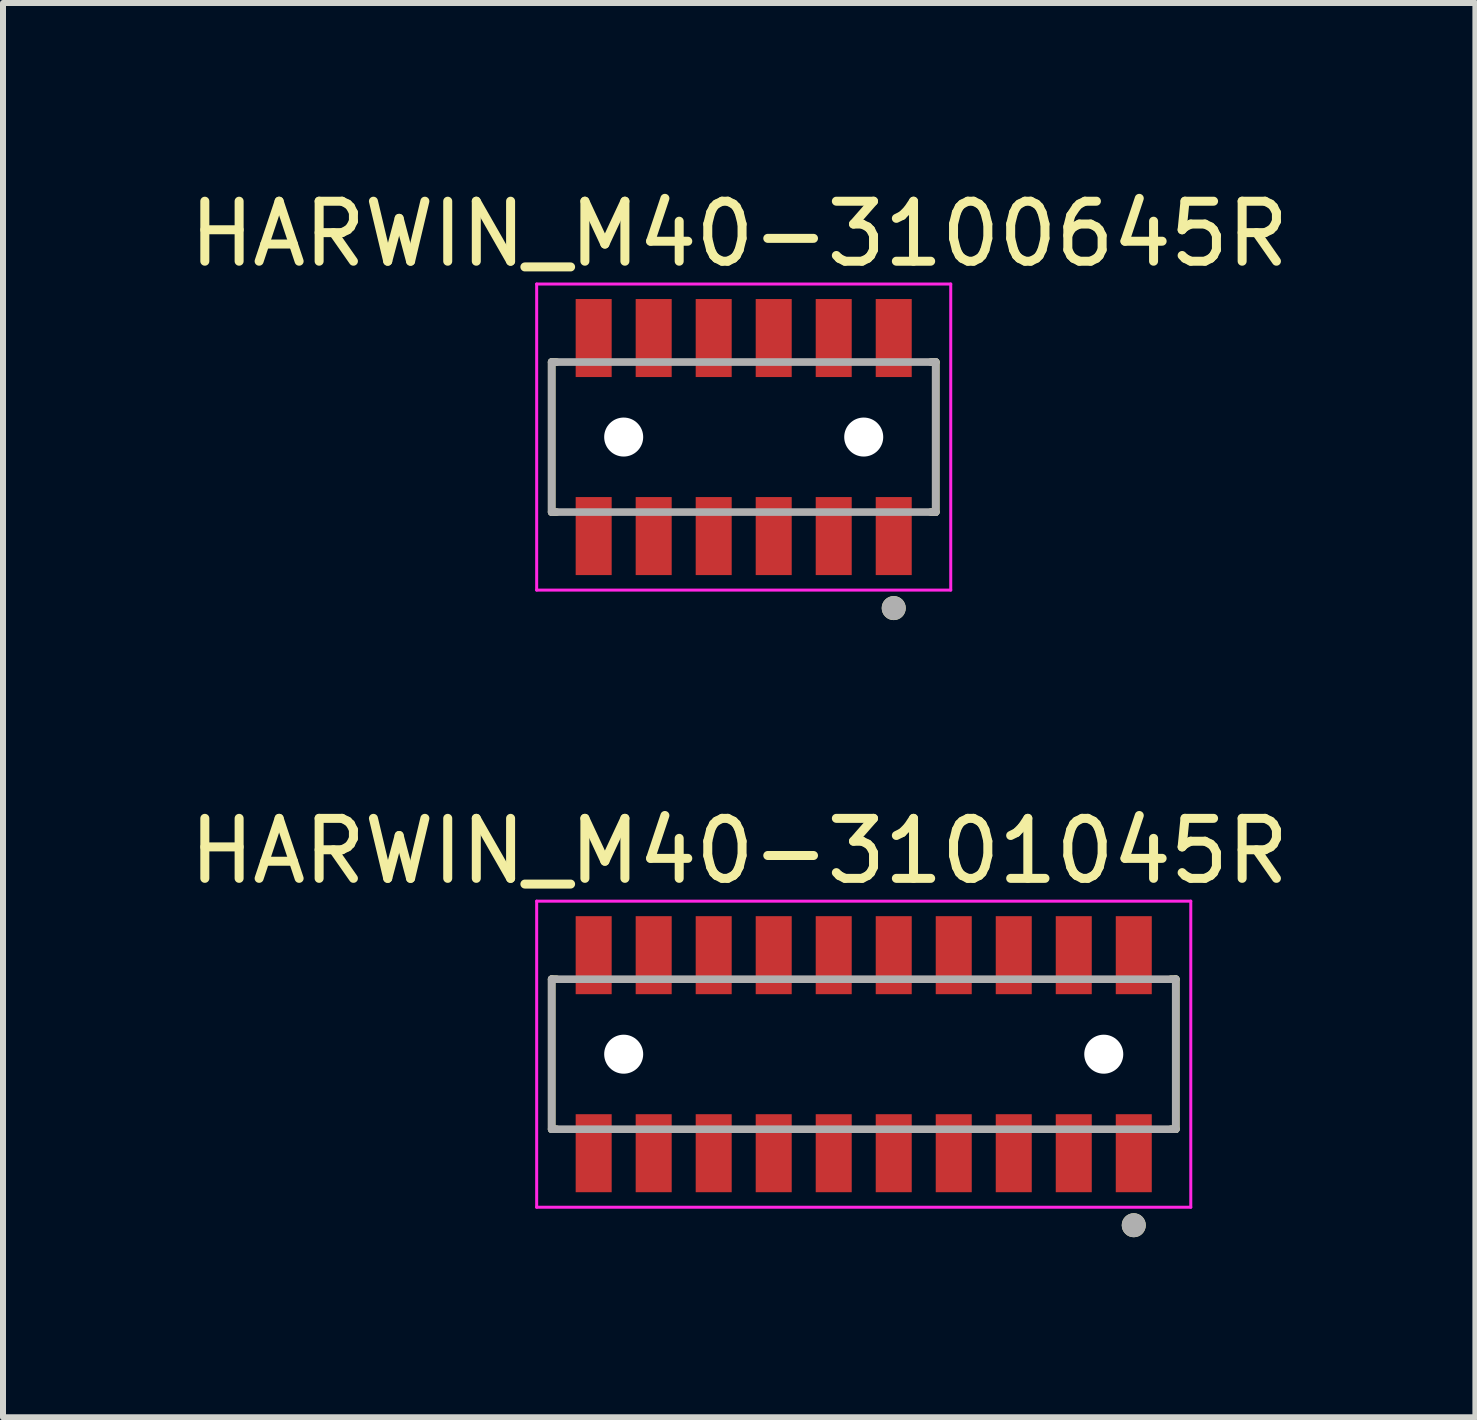
<source format=kicad_pcb>
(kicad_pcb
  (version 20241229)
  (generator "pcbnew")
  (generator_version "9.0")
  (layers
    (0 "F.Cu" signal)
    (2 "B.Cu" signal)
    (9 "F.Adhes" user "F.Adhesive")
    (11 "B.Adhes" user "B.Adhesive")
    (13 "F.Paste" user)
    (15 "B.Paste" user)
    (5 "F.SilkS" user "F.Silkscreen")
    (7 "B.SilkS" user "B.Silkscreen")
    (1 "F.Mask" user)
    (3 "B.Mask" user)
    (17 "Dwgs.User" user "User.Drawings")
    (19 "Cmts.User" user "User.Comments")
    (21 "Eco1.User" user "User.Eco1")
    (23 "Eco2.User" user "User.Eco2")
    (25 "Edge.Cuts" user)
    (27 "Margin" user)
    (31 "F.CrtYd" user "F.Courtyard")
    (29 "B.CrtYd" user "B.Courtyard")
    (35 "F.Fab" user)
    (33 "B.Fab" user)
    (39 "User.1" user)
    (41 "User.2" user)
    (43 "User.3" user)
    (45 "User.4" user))
  (footprint "HARWIN_M40-3100645R"
    (layer "F.Cu")
    (at 9.343 4.233)
    (property "Reference" "HARWIN_M40-3100645R" (at -0.075 -3.385 0) (layer "F.SilkS") (effects (font (size 1 1) (thickness 0.15))))
    (attr smd)
    (fp_line (start -3.2 -1.25) (end -3.12 -1.25) (stroke (width 0.127) (type solid)) (layer "F.SilkS"))
    (fp_line (start -3.2 1.25) (end -3.2 -1.25) (stroke (width 0.127) (type solid)) (layer "F.SilkS"))
    (fp_line (start -3.12 1.25) (end -3.2 1.25) (stroke (width 0.127) (type solid)) (layer "F.SilkS"))
    (fp_line (start 3.12 -1.25) (end 3.2 -1.25) (stroke (width 0.127) (type solid)) (layer "F.SilkS"))
    (fp_line (start 3.2 -1.25) (end 3.2 1.25) (stroke (width 0.127) (type solid)) (layer "F.SilkS"))
    (fp_line (start 3.2 1.25) (end 3.12 1.25) (stroke (width 0.127) (type solid)) (layer "F.SilkS"))
    (fp_circle (center 2.5 2.85) (end 2.6 2.85) (stroke (width 0.2) (type solid)) (fill no) (layer "F.SilkS"))
    (fp_line (start -3.45 -2.55) (end 3.45 -2.55) (stroke (width 0.05) (type solid)) (layer "F.CrtYd"))
    (fp_line (start -3.45 2.55) (end -3.45 -2.55) (stroke (width 0.05) (type solid)) (layer "F.CrtYd"))
    (fp_line (start 3.45 -2.55) (end 3.45 2.55) (stroke (width 0.05) (type solid)) (layer "F.CrtYd"))
    (fp_line (start 3.45 2.55) (end -3.45 2.55) (stroke (width 0.05) (type solid)) (layer "F.CrtYd"))
    (fp_line (start -3.2 -1.25) (end 3.2 -1.25) (stroke (width 0.127) (type solid)) (layer "F.Fab"))
    (fp_line (start -3.2 1.25) (end -3.2 -1.25) (stroke (width 0.127) (type solid)) (layer "F.Fab"))
    (fp_line (start 3.2 -1.25) (end 3.2 1.25) (stroke (width 0.127) (type solid)) (layer "F.Fab"))
    (fp_line (start 3.2 1.25) (end -3.2 1.25) (stroke (width 0.127) (type solid)) (layer "F.Fab"))
    (fp_circle (center 2.5 2.85) (end 2.6 2.85) (stroke (width 0.2) (type solid)) (fill no) (layer "F.Fab"))
    (pad "" np_thru_hole circle (at -2 0) (size 0.65 0.65) (drill 0.65) (layers "*.Cu" "*.Mask"))
    (pad "" np_thru_hole circle (at 2 0) (size 0.65 0.65) (drill 0.65) (layers "*.Cu" "*.Mask"))
    (pad "1" smd rect (at 2.5 1.65) (size 0.6 1.3) (layers "F.Cu" "F.Mask" "F.Paste"))
    (pad "2" smd rect (at 2.5 -1.65) (size 0.6 1.3) (layers "F.Cu" "F.Mask" "F.Paste"))
    (pad "3" smd rect (at 1.5 1.65) (size 0.6 1.3) (layers "F.Cu" "F.Mask" "F.Paste"))
    (pad "4" smd rect (at 1.5 -1.65) (size 0.6 1.3) (layers "F.Cu" "F.Mask" "F.Paste"))
    (pad "5" smd rect (at 0.5 1.65) (size 0.6 1.3) (layers "F.Cu" "F.Mask" "F.Paste"))
    (pad "6" smd rect (at 0.5 -1.65) (size 0.6 1.3) (layers "F.Cu" "F.Mask" "F.Paste"))
    (pad "7" smd rect (at -0.5 1.65) (size 0.6 1.3) (layers "F.Cu" "F.Mask" "F.Paste"))
    (pad "8" smd rect (at -0.5 -1.65) (size 0.6 1.3) (layers "F.Cu" "F.Mask" "F.Paste"))
    (pad "9" smd rect (at -1.5 1.65) (size 0.6 1.3) (layers "F.Cu" "F.Mask" "F.Paste"))
    (pad "10" smd rect (at -1.5 -1.65) (size 0.6 1.3) (layers "F.Cu" "F.Mask" "F.Paste"))
    (pad "11" smd rect (at -2.5 1.65) (size 0.6 1.3) (layers "F.Cu" "F.Mask" "F.Paste"))
    (pad "12" smd rect (at -2.5 -1.65) (size 0.6 1.3) (layers "F.Cu" "F.Mask" "F.Paste")))
  (footprint "HARWIN_M40-3101045R"
    (layer "F.Cu")
    (at 11.343 14.517)
    (property "Reference" "HARWIN_M40-3101045R" (at -2.075 -3.385 0) (layer "F.SilkS") (effects (font (size 1 1) (thickness 0.15))))
    (attr smd)
    (fp_line (start -5.2 -1.25) (end -5.12 -1.25) (stroke (width 0.127) (type solid)) (layer "F.SilkS"))
    (fp_line (start -5.2 1.25) (end -5.2 -1.25) (stroke (width 0.127) (type solid)) (layer "F.SilkS"))
    (fp_line (start -5.12 1.25) (end -5.2 1.25) (stroke (width 0.127) (type solid)) (layer "F.SilkS"))
    (fp_line (start 5.12 -1.25) (end 5.2 -1.25) (stroke (width 0.127) (type solid)) (layer "F.SilkS"))
    (fp_line (start 5.2 -1.25) (end 5.2 1.25) (stroke (width 0.127) (type solid)) (layer "F.SilkS"))
    (fp_line (start 5.2 1.25) (end 5.12 1.25) (stroke (width 0.127) (type solid)) (layer "F.SilkS"))
    (fp_circle (center 4.5 2.85) (end 4.6 2.85) (stroke (width 0.2) (type solid)) (fill no) (layer "F.SilkS"))
    (fp_line (start -5.45 -2.55) (end 5.45 -2.55) (stroke (width 0.05) (type solid)) (layer "F.CrtYd"))
    (fp_line (start -5.45 2.55) (end -5.45 -2.55) (stroke (width 0.05) (type solid)) (layer "F.CrtYd"))
    (fp_line (start 5.45 -2.55) (end 5.45 2.55) (stroke (width 0.05) (type solid)) (layer "F.CrtYd"))
    (fp_line (start 5.45 2.55) (end -5.45 2.55) (stroke (width 0.05) (type solid)) (layer "F.CrtYd"))
    (fp_line (start -5.2 -1.25) (end 5.2 -1.25) (stroke (width 0.127) (type solid)) (layer "F.Fab"))
    (fp_line (start -5.2 1.25) (end -5.2 -1.25) (stroke (width 0.127) (type solid)) (layer "F.Fab"))
    (fp_line (start 5.2 -1.25) (end 5.2 1.25) (stroke (width 0.127) (type solid)) (layer "F.Fab"))
    (fp_line (start 5.2 1.25) (end -5.2 1.25) (stroke (width 0.127) (type solid)) (layer "F.Fab"))
    (fp_circle (center 4.5 2.85) (end 4.6 2.85) (stroke (width 0.2) (type solid)) (fill no) (layer "F.Fab"))
    (pad "" np_thru_hole circle (at -4 0) (size 0.65 0.65) (drill 0.65) (layers "*.Cu" "*.Mask"))
    (pad "" np_thru_hole circle (at 4 0) (size 0.65 0.65) (drill 0.65) (layers "*.Cu" "*.Mask"))
    (pad "1" smd rect (at 4.5 1.65) (size 0.6 1.3) (layers "F.Cu" "F.Mask" "F.Paste"))
    (pad "2" smd rect (at 4.5 -1.65) (size 0.6 1.3) (layers "F.Cu" "F.Mask" "F.Paste"))
    (pad "3" smd rect (at 3.5 1.65) (size 0.6 1.3) (layers "F.Cu" "F.Mask" "F.Paste"))
    (pad "4" smd rect (at 3.5 -1.65) (size 0.6 1.3) (layers "F.Cu" "F.Mask" "F.Paste"))
    (pad "5" smd rect (at 2.5 1.65) (size 0.6 1.3) (layers "F.Cu" "F.Mask" "F.Paste"))
    (pad "6" smd rect (at 2.5 -1.65) (size 0.6 1.3) (layers "F.Cu" "F.Mask" "F.Paste"))
    (pad "7" smd rect (at 1.5 1.65) (size 0.6 1.3) (layers "F.Cu" "F.Mask" "F.Paste"))
    (pad "8" smd rect (at 1.5 -1.65) (size 0.6 1.3) (layers "F.Cu" "F.Mask" "F.Paste"))
    (pad "9" smd rect (at 0.5 1.65) (size 0.6 1.3) (layers "F.Cu" "F.Mask" "F.Paste"))
    (pad "10" smd rect (at 0.5 -1.65) (size 0.6 1.3) (layers "F.Cu" "F.Mask" "F.Paste"))
    (pad "11" smd rect (at -0.5 1.65) (size 0.6 1.3) (layers "F.Cu" "F.Mask" "F.Paste"))
    (pad "12" smd rect (at -0.5 -1.65) (size 0.6 1.3) (layers "F.Cu" "F.Mask" "F.Paste"))
    (pad "13" smd rect (at -1.5 1.65) (size 0.6 1.3) (layers "F.Cu" "F.Mask" "F.Paste"))
    (pad "14" smd rect (at -1.5 -1.65) (size 0.6 1.3) (layers "F.Cu" "F.Mask" "F.Paste"))
    (pad "15" smd rect (at -2.5 1.65) (size 0.6 1.3) (layers "F.Cu" "F.Mask" "F.Paste"))
    (pad "16" smd rect (at -2.5 -1.65) (size 0.6 1.3) (layers "F.Cu" "F.Mask" "F.Paste"))
    (pad "17" smd rect (at -3.5 1.65) (size 0.6 1.3) (layers "F.Cu" "F.Mask" "F.Paste"))
    (pad "18" smd rect (at -3.5 -1.65) (size 0.6 1.3) (layers "F.Cu" "F.Mask" "F.Paste"))
    (pad "19" smd rect (at -4.5 1.65) (size 0.6 1.3) (layers "F.Cu" "F.Mask" "F.Paste"))
    (pad "20" smd rect (at -4.5 -1.65) (size 0.6 1.3) (layers "F.Cu" "F.Mask" "F.Paste")))
  (gr_rect
    (start -3 -3)
    (end 21.536 20.567)
    (stroke (width 0.1) (type default))
    (fill no)
    (layer "Edge.Cuts")))
</source>
